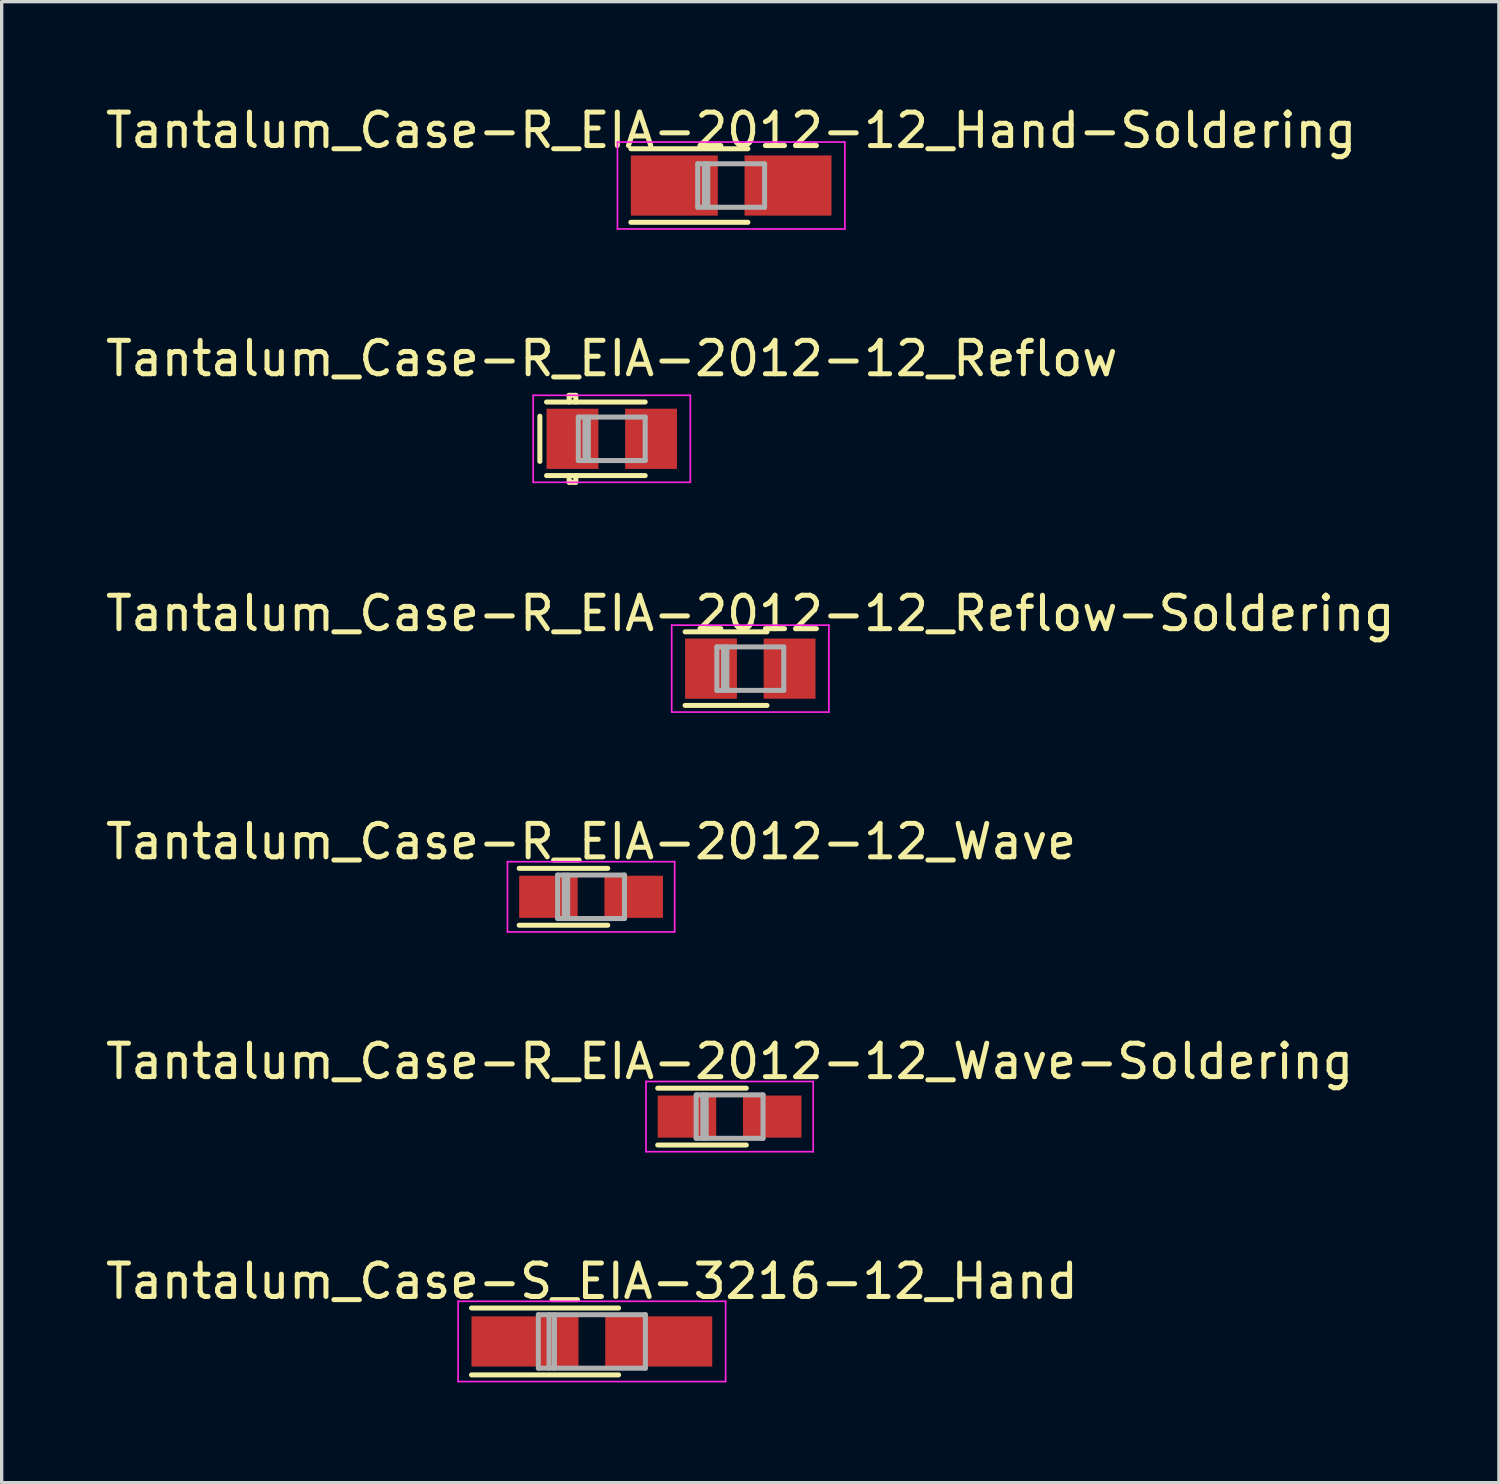
<source format=kicad_pcb>
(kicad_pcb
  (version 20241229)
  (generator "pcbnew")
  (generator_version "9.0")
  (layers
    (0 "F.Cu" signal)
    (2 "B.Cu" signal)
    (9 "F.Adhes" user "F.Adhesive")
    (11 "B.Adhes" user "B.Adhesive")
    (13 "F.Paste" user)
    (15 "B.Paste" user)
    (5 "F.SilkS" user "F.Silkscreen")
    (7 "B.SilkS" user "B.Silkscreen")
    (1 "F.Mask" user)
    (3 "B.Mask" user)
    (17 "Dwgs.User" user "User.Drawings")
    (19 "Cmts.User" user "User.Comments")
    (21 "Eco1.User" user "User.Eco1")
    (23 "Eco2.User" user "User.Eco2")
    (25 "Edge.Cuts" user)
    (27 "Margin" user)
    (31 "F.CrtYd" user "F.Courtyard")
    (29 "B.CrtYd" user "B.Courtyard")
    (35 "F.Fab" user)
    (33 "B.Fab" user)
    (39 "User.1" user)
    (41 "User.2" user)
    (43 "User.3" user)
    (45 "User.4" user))
  (footprint "Tantalum_Case-R_EIA-2012-12_Reflow-Soldering"
    (layer "F.Cu")
    (at 19.387 16.945)
    (property "Reference" "Tantalum_Case-R_EIA-2012-12_Reflow-Soldering" (at 0 -1.65 0) (layer "F.SilkS") (effects (font (size 1 1) (thickness 0.15))))
    (attr smd)
    (fp_line (start 0.5 -1.1) (end -1.95 -1.1) (stroke (width 0.15) (type solid)) (layer "F.SilkS"))
    (fp_line (start 0.5 1.1) (end -1.95 1.1) (stroke (width 0.15) (type solid)) (layer "F.SilkS"))
    (fp_line (start -2.35 -1.3) (end -2.35 1.3) (stroke (width 0.05) (type solid)) (layer "F.CrtYd"))
    (fp_line (start -2.35 1.3) (end 2.35 1.3) (stroke (width 0.05) (type solid)) (layer "F.CrtYd"))
    (fp_line (start 2.35 -1.3) (end -2.35 -1.3) (stroke (width 0.05) (type solid)) (layer "F.CrtYd"))
    (fp_line (start 2.35 1.3) (end 2.35 -1.3) (stroke (width 0.05) (type solid)) (layer "F.CrtYd"))
    (fp_line (start -1 -0.65) (end -1 0.65) (stroke (width 0.15) (type solid)) (layer "F.Fab"))
    (fp_line (start -1 0.65) (end 1 0.65) (stroke (width 0.15) (type solid)) (layer "F.Fab"))
    (fp_line (start -0.8 -0.65) (end -0.8 0.65) (stroke (width 0.15) (type solid)) (layer "F.Fab"))
    (fp_line (start -0.7 -0.65) (end -0.7 0.65) (stroke (width 0.15) (type solid)) (layer "F.Fab"))
    (fp_line (start 1 -0.65) (end -1 -0.65) (stroke (width 0.15) (type solid)) (layer "F.Fab"))
    (fp_line (start 1 0.65) (end 1 -0.65) (stroke (width 0.15) (type solid)) (layer "F.Fab"))
    (pad "1" smd rect (at -1.175 0) (size 1.55 1.8) (layers "F.Cu" "F.Mask" "F.Paste"))
    (pad "2" smd rect (at 1.175 0) (size 1.55 1.8) (layers "F.Cu" "F.Mask" "F.Paste")))
  (footprint "Tantalum_Case-R_EIA-2012-12_Wave-Soldering"
    (layer "F.Cu")
    (at 18.768 30.341)
    (property "Reference" "Tantalum_Case-R_EIA-2012-12_Wave-Soldering" (at 0 -1.65 0) (layer "F.SilkS") (effects (font (size 1 1) (thickness 0.15))))
    (attr smd)
    (fp_line (start 0.5 -0.85) (end -2.15 -0.85) (stroke (width 0.15) (type solid)) (layer "F.SilkS"))
    (fp_line (start 0.5 0.85) (end -2.15 0.85) (stroke (width 0.15) (type solid)) (layer "F.SilkS"))
    (fp_line (start -2.5 -1.05) (end -2.5 1.05) (stroke (width 0.05) (type solid)) (layer "F.CrtYd"))
    (fp_line (start -2.5 1.05) (end 2.5 1.05) (stroke (width 0.05) (type solid)) (layer "F.CrtYd"))
    (fp_line (start 2.5 -1.05) (end -2.5 -1.05) (stroke (width 0.05) (type solid)) (layer "F.CrtYd"))
    (fp_line (start 2.5 1.05) (end 2.5 -1.05) (stroke (width 0.05) (type solid)) (layer "F.CrtYd"))
    (fp_line (start -1 -0.65) (end -1 0.65) (stroke (width 0.15) (type solid)) (layer "F.Fab"))
    (fp_line (start -1 0.65) (end 1 0.65) (stroke (width 0.15) (type solid)) (layer "F.Fab"))
    (fp_line (start -0.8 -0.65) (end -0.8 0.65) (stroke (width 0.15) (type solid)) (layer "F.Fab"))
    (fp_line (start -0.7 -0.65) (end -0.7 0.65) (stroke (width 0.15) (type solid)) (layer "F.Fab"))
    (fp_line (start 1 -0.65) (end -1 -0.65) (stroke (width 0.15) (type solid)) (layer "F.Fab"))
    (fp_line (start 1 0.65) (end 1 -0.65) (stroke (width 0.15) (type solid)) (layer "F.Fab"))
    (pad "1" smd rect (at -1.275 0) (size 1.75 1.26) (layers "F.Cu" "F.Mask" "F.Paste"))
    (pad "2" smd rect (at 1.275 0) (size 1.75 1.26) (layers "F.Cu" "F.Mask" "F.Paste")))
  (footprint "Tantalum_Case-R_EIA-2012-12_Reflow"
    (layer "F.Cu")
    (at 15.244 10.072)
    (property "Reference" "Tantalum_Case-R_EIA-2012-12_Reflow" (at 0 -2.4 0) (layer "F.SilkS") (effects (font (size 1 1) (thickness 0.15))))
    (attr smd)
    (fp_line (start -2.15 -0.675) (end -2.15 0.675) (stroke (width 0.15) (type solid)) (layer "F.SilkS"))
    (fp_line (start -1.275 -1.3) (end -1.075 -1.3) (stroke (width 0.15) (type solid)) (layer "F.SilkS"))
    (fp_line (start -1.275 -1.1) (end -1.275 -1.3) (stroke (width 0.15) (type solid)) (layer "F.SilkS"))
    (fp_line (start -1.275 1.1) (end -1.275 1.3) (stroke (width 0.15) (type solid)) (layer "F.SilkS"))
    (fp_line (start -1.275 1.3) (end -1.075 1.3) (stroke (width 0.15) (type solid)) (layer "F.SilkS"))
    (fp_line (start -1.075 -1.3) (end -1.075 -1.1) (stroke (width 0.15) (type solid)) (layer "F.SilkS"))
    (fp_line (start -1.075 1.3) (end -1.075 1.1) (stroke (width 0.15) (type solid)) (layer "F.SilkS"))
    (fp_line (start 1 -1.1) (end -1.95 -1.1) (stroke (width 0.15) (type solid)) (layer "F.SilkS"))
    (fp_line (start 1 1.1) (end -1.95 1.1) (stroke (width 0.15) (type solid)) (layer "F.SilkS"))
    (fp_line (start -2.35 -1.3) (end -2.35 1.3) (stroke (width 0.05) (type solid)) (layer "F.CrtYd"))
    (fp_line (start -2.35 1.3) (end 2.35 1.3) (stroke (width 0.05) (type solid)) (layer "F.CrtYd"))
    (fp_line (start 2.35 -1.3) (end -2.35 -1.3) (stroke (width 0.05) (type solid)) (layer "F.CrtYd"))
    (fp_line (start 2.35 1.3) (end 2.35 -1.3) (stroke (width 0.05) (type solid)) (layer "F.CrtYd"))
    (fp_line (start -1 -0.65) (end -1 0.65) (stroke (width 0.15) (type solid)) (layer "F.Fab"))
    (fp_line (start -1 0.65) (end 1 0.65) (stroke (width 0.15) (type solid)) (layer "F.Fab"))
    (fp_line (start -0.8 -0.65) (end -0.8 0.65) (stroke (width 0.15) (type solid)) (layer "F.Fab"))
    (fp_line (start -0.7 -0.65) (end -0.7 0.65) (stroke (width 0.15) (type solid)) (layer "F.Fab"))
    (fp_line (start 1 -0.65) (end -1 -0.65) (stroke (width 0.15) (type solid)) (layer "F.Fab"))
    (fp_line (start 1 0.65) (end 1 -0.65) (stroke (width 0.15) (type solid)) (layer "F.Fab"))
    (pad "1" smd rect (at -1.175 0) (size 1.55 1.8) (layers "F.Cu" "F.Mask" "F.Paste"))
    (pad "2" smd rect (at 1.175 0) (size 1.55 1.8) (layers "F.Cu" "F.Mask" "F.Paste")))
  (footprint "Tantalum_Case-S_EIA-3216-12_Hand"
    (layer "F.Cu")
    (at 14.649 37.065)
    (property "Reference" "Tantalum_Case-S_EIA-3216-12_Hand" (at 0 -1.8 0) (layer "F.SilkS") (effects (font (size 1 1) (thickness 0.15))))
    (attr smd)
    (fp_line (start 0.8 -1) (end -3.6 -1) (stroke (width 0.15) (type solid)) (layer "F.SilkS"))
    (fp_line (start 0.8 1) (end -3.6 1) (stroke (width 0.15) (type solid)) (layer "F.SilkS"))
    (fp_line (start -4 -1.2) (end -4 1.2) (stroke (width 0.05) (type solid)) (layer "F.CrtYd"))
    (fp_line (start -4 1.2) (end 4 1.2) (stroke (width 0.05) (type solid)) (layer "F.CrtYd"))
    (fp_line (start 4 -1.2) (end -4 -1.2) (stroke (width 0.05) (type solid)) (layer "F.CrtYd"))
    (fp_line (start 4 1.2) (end 4 -1.2) (stroke (width 0.05) (type solid)) (layer "F.CrtYd"))
    (fp_line (start -1.6 -0.8) (end -1.6 0.8) (stroke (width 0.15) (type solid)) (layer "F.Fab"))
    (fp_line (start -1.6 0.8) (end 1.6 0.8) (stroke (width 0.15) (type solid)) (layer "F.Fab"))
    (fp_line (start -1.28 -0.8) (end -1.28 0.8) (stroke (width 0.15) (type solid)) (layer "F.Fab"))
    (fp_line (start -1.12 -0.8) (end -1.12 0.8) (stroke (width 0.15) (type solid)) (layer "F.Fab"))
    (fp_line (start 1.6 -0.8) (end -1.6 -0.8) (stroke (width 0.15) (type solid)) (layer "F.Fab"))
    (fp_line (start 1.6 0.8) (end 1.6 -0.8) (stroke (width 0.15) (type solid)) (layer "F.Fab"))
    (pad "1" smd rect (at -2 0) (size 3.2 1.5) (layers "F.Cu" "F.Mask" "F.Paste"))
    (pad "2" smd rect (at 2 0) (size 3.2 1.5) (layers "F.Cu" "F.Mask" "F.Paste")))
  (footprint "Tantalum_Case-R_EIA-2012-12_Wave"
    (layer "F.Cu")
    (at 14.625 23.768)
    (property "Reference" "Tantalum_Case-R_EIA-2012-12_Wave" (at 0 -1.65 0) (layer "F.SilkS") (effects (font (size 1 1) (thickness 0.15))))
    (attr smd)
    (fp_line (start 0.5 -0.85) (end -2.15 -0.85) (stroke (width 0.15) (type solid)) (layer "F.SilkS"))
    (fp_line (start 0.5 0.85) (end -2.15 0.85) (stroke (width 0.15) (type solid)) (layer "F.SilkS"))
    (fp_line (start -2.5 -1.05) (end -2.5 1.05) (stroke (width 0.05) (type solid)) (layer "F.CrtYd"))
    (fp_line (start -2.5 1.05) (end 2.5 1.05) (stroke (width 0.05) (type solid)) (layer "F.CrtYd"))
    (fp_line (start 2.5 -1.05) (end -2.5 -1.05) (stroke (width 0.05) (type solid)) (layer "F.CrtYd"))
    (fp_line (start 2.5 1.05) (end 2.5 -1.05) (stroke (width 0.05) (type solid)) (layer "F.CrtYd"))
    (fp_line (start -1 -0.65) (end -1 0.65) (stroke (width 0.15) (type solid)) (layer "F.Fab"))
    (fp_line (start -1 0.65) (end 1 0.65) (stroke (width 0.15) (type solid)) (layer "F.Fab"))
    (fp_line (start -0.8 -0.65) (end -0.8 0.65) (stroke (width 0.15) (type solid)) (layer "F.Fab"))
    (fp_line (start -0.7 -0.65) (end -0.7 0.65) (stroke (width 0.15) (type solid)) (layer "F.Fab"))
    (fp_line (start 1 -0.65) (end -1 -0.65) (stroke (width 0.15) (type solid)) (layer "F.Fab"))
    (fp_line (start 1 0.65) (end 1 -0.65) (stroke (width 0.15) (type solid)) (layer "F.Fab"))
    (pad "1" smd rect (at -1.275 0) (size 1.75 1.26) (layers "F.Cu" "F.Mask" "F.Paste"))
    (pad "2" smd rect (at 1.275 0) (size 1.75 1.26) (layers "F.Cu" "F.Mask" "F.Paste")))
  (footprint "Tantalum_Case-R_EIA-2012-12_Hand-Soldering"
    (layer "F.Cu")
    (at 18.815 2.498)
    (property "Reference" "Tantalum_Case-R_EIA-2012-12_Hand-Soldering" (at 0 -1.65 0) (layer "F.SilkS") (effects (font (size 1 1) (thickness 0.15))))
    (attr smd)
    (fp_line (start 0.5 -1.1) (end -3 -1.1) (stroke (width 0.15) (type solid)) (layer "F.SilkS"))
    (fp_line (start 0.5 1.1) (end -3 1.1) (stroke (width 0.15) (type solid)) (layer "F.SilkS"))
    (fp_line (start -3.4 -1.3) (end -3.4 1.3) (stroke (width 0.05) (type solid)) (layer "F.CrtYd"))
    (fp_line (start -3.4 1.3) (end 3.4 1.3) (stroke (width 0.05) (type solid)) (layer "F.CrtYd"))
    (fp_line (start 3.4 -1.3) (end -3.4 -1.3) (stroke (width 0.05) (type solid)) (layer "F.CrtYd"))
    (fp_line (start 3.4 1.3) (end 3.4 -1.3) (stroke (width 0.05) (type solid)) (layer "F.CrtYd"))
    (fp_line (start -1 -0.65) (end -1 0.65) (stroke (width 0.15) (type solid)) (layer "F.Fab"))
    (fp_line (start -1 0.65) (end 1 0.65) (stroke (width 0.15) (type solid)) (layer "F.Fab"))
    (fp_line (start -0.8 -0.65) (end -0.8 0.65) (stroke (width 0.15) (type solid)) (layer "F.Fab"))
    (fp_line (start -0.7 -0.65) (end -0.7 0.65) (stroke (width 0.15) (type solid)) (layer "F.Fab"))
    (fp_line (start 1 -0.65) (end -1 -0.65) (stroke (width 0.15) (type solid)) (layer "F.Fab"))
    (fp_line (start 1 0.65) (end 1 -0.65) (stroke (width 0.15) (type solid)) (layer "F.Fab"))
    (pad "1" smd rect (at -1.7 0) (size 2.6 1.8) (layers "F.Cu" "F.Mask" "F.Paste"))
    (pad "2" smd rect (at 1.7 0) (size 2.6 1.8) (layers "F.Cu" "F.Mask" "F.Paste")))
  (gr_rect
    (start -3 -3)
    (end 41.774 41.289)
    (stroke (width 0.1) (type default))
    (fill no)
    (layer "Edge.Cuts")))
</source>
